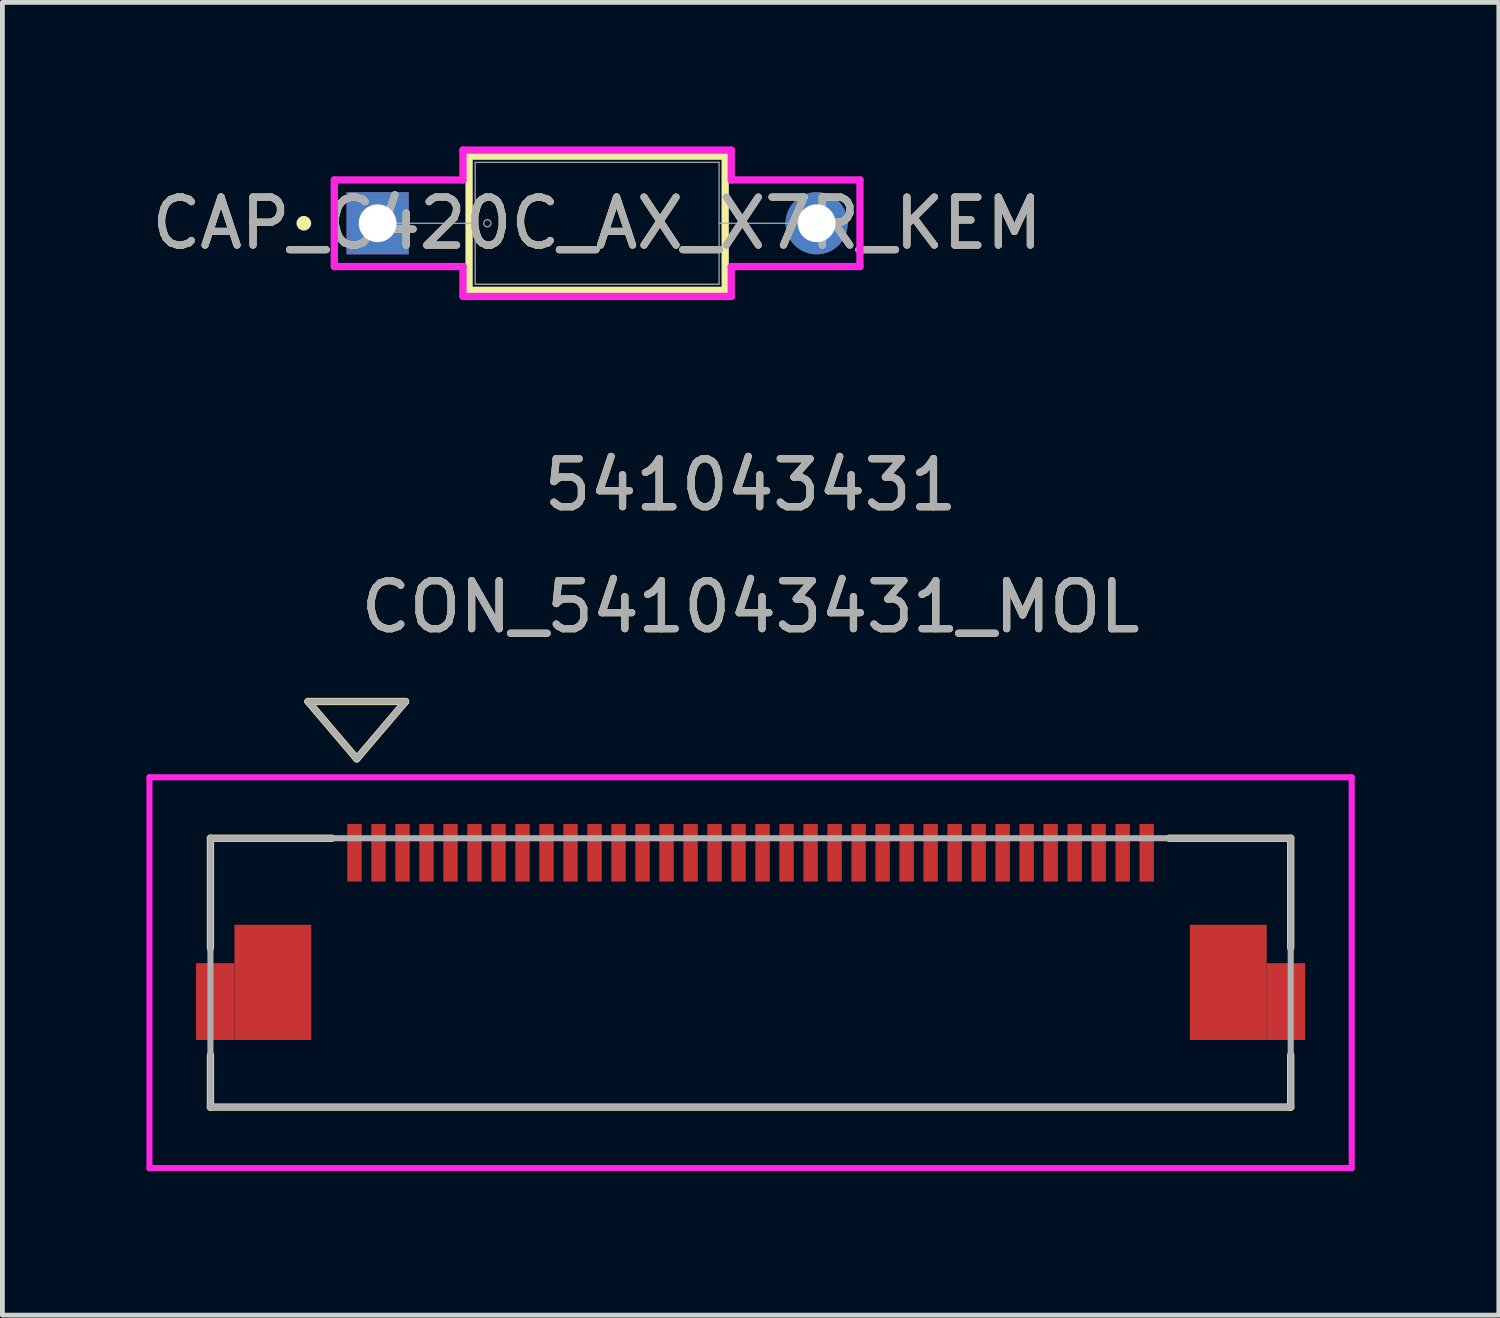
<source format=kicad_pcb>
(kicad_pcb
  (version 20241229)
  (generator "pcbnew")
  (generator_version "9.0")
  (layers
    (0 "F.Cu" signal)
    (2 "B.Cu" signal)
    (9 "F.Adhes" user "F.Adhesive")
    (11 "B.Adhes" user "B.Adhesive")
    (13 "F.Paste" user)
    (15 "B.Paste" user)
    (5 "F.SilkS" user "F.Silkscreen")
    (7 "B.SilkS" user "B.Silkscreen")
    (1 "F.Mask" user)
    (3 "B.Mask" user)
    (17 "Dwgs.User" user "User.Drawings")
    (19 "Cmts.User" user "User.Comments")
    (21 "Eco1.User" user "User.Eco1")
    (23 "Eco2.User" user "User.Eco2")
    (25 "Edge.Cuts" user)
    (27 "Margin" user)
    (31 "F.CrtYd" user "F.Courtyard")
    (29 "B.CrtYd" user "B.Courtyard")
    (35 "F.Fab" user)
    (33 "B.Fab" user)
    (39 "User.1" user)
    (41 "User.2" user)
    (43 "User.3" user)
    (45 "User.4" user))
  (footprint "CAP_C420C_AX_X7R_KEM"
    (layer "F.Cu")
    (at 4.815 1.6)
    (property "Reference" "CAP_C420C_AX_X7R_KEM" (at 4.572 0 0) (unlocked yes) (layer "F.SilkS") (effects (font (size 1 1) (thickness 0.15))))
    (attr through_hole)
    (fp_line (start 1.905 -1.397) (end 1.905 1.397) (stroke (width 0.152) (type solid)) (layer "F.SilkS"))
    (fp_line (start 1.905 1.397) (end 7.239 1.397) (stroke (width 0.152) (type solid)) (layer "F.SilkS"))
    (fp_line (start 7.239 -1.397) (end 1.905 -1.397) (stroke (width 0.152) (type solid)) (layer "F.SilkS"))
    (fp_line (start 7.239 1.397) (end 7.239 -1.397) (stroke (width 0.152) (type solid)) (layer "F.SilkS"))
    (fp_circle (center -1.537 0) (end -1.46 0) (stroke (width 0.152) (type solid)) (fill no) (layer "F.SilkS"))
    (fp_line (start -0.902 -0.902) (end 1.778 -0.902) (stroke (width 0.152) (type solid)) (layer "F.CrtYd"))
    (fp_line (start -0.902 0.902) (end -0.902 -0.902) (stroke (width 0.152) (type solid)) (layer "F.CrtYd"))
    (fp_line (start 1.778 -1.524) (end 7.366 -1.524) (stroke (width 0.152) (type solid)) (layer "F.CrtYd"))
    (fp_line (start 1.778 -0.902) (end 1.778 -1.524) (stroke (width 0.152) (type solid)) (layer "F.CrtYd"))
    (fp_line (start 1.778 0.902) (end -0.902 0.902) (stroke (width 0.152) (type solid)) (layer "F.CrtYd"))
    (fp_line (start 1.778 1.524) (end 1.778 0.902) (stroke (width 0.152) (type solid)) (layer "F.CrtYd"))
    (fp_line (start 1.778 1.524) (end 7.366 1.524) (stroke (width 0.152) (type solid)) (layer "F.CrtYd"))
    (fp_line (start 7.366 -1.524) (end 7.366 -0.902) (stroke (width 0.152) (type solid)) (layer "F.CrtYd"))
    (fp_line (start 7.366 -0.902) (end 10.046 -0.902) (stroke (width 0.152) (type solid)) (layer "F.CrtYd"))
    (fp_line (start 7.366 0.902) (end 7.366 1.524) (stroke (width 0.152) (type solid)) (layer "F.CrtYd"))
    (fp_line (start 10.046 -0.902) (end 10.046 0.902) (stroke (width 0.152) (type solid)) (layer "F.CrtYd"))
    (fp_line (start 10.046 0.902) (end 7.366 0.902) (stroke (width 0.152) (type solid)) (layer "F.CrtYd"))
    (fp_line (start 0 0) (end 2.032 0) (stroke (width 0.025) (type solid)) (layer "F.Fab"))
    (fp_line (start 2.032 -1.27) (end 2.032 1.27) (stroke (width 0.025) (type solid)) (layer "F.Fab"))
    (fp_line (start 2.032 1.27) (end 7.112 1.27) (stroke (width 0.025) (type solid)) (layer "F.Fab"))
    (fp_line (start 7.112 -1.27) (end 2.032 -1.27) (stroke (width 0.025) (type solid)) (layer "F.Fab"))
    (fp_line (start 7.112 1.27) (end 7.112 -1.27) (stroke (width 0.025) (type solid)) (layer "F.Fab"))
    (fp_line (start 9.144 0) (end 7.112 0) (stroke (width 0.025) (type solid)) (layer "F.Fab"))
    (fp_circle (center 2.286 0) (end 2.362 0) (stroke (width 0.025) (type solid)) (fill no) (layer "F.Fab"))
    (fp_text user "${REFERENCE}" (at 4.572 0 0) (unlocked yes) (layer "F.Fab") (effects (font (size 1 1) (thickness 0.15))))
    (pad "1" thru_hole rect (at 0 0) (size 1.295 1.295) (drill 0.787) (layers "*.Cu" "*.Mask"))
    (pad "2" thru_hole circle (at 9.144 0) (size 1.295 1.295) (drill 0.787) (layers "*.Cu" "*.Mask")))
  (footprint "CON_541043431_MOL"
    (layer "F.Cu")
    (at 12.583 17.209)
    (property "Reference" "CON_541043431_MOL" (at 0 -7.62 0) (unlocked yes) (layer "F.SilkS") (effects (font (size 1 1) (thickness 0.15))))
    (attr smd)
    (fp_poly (pts (xy -11.55 1.402) (xy -11.55 -0.198) (xy -10.75 -0.198) (xy -10.75 1.402)) (stroke (width 0) (type solid)) (fill yes) (layer "F.Cu"))
    (fp_poly (pts (xy 11.55 1.402) (xy 11.55 -0.198) (xy 10.75 -0.198) (xy 10.75 1.402)) (stroke (width 0) (type solid)) (fill yes) (layer "F.Cu"))
    (fp_poly (pts (xy -11.55 1.402) (xy -11.55 -0.198) (xy -10.75 -0.198) (xy -10.75 1.402)) (stroke (width 0) (type solid)) (fill yes) (layer "F.Mask"))
    (fp_poly (pts (xy 11.55 1.402) (xy 11.55 -0.198) (xy 10.75 -0.198) (xy 10.75 1.402)) (stroke (width 0) (type solid)) (fill yes) (layer "F.Mask"))
    (fp_line (start -11.25 -2.8) (end -11.25 -0.516) (stroke (width 0.152) (type solid)) (layer "F.SilkS"))
    (fp_line (start -11.25 1.719) (end -11.25 2.8) (stroke (width 0.152) (type solid)) (layer "F.SilkS"))
    (fp_line (start -11.25 2.8) (end 11.25 2.8) (stroke (width 0.152) (type solid)) (layer "F.SilkS"))
    (fp_line (start -9.218 -5.648) (end -8.202 -4.454) (stroke (width 0.152) (type solid)) (layer "F.SilkS"))
    (fp_line (start -9.218 -5.648) (end -7.186 -5.648) (stroke (width 0.152) (type solid)) (layer "F.SilkS"))
    (fp_line (start -8.717 -2.8) (end -11.25 -2.8) (stroke (width 0.152) (type solid)) (layer "F.SilkS"))
    (fp_line (start -7.186 -5.648) (end -8.202 -4.454) (stroke (width 0.152) (type solid)) (layer "F.SilkS"))
    (fp_line (start 11.25 -2.8) (end 8.718 -2.8) (stroke (width 0.152) (type solid)) (layer "F.SilkS"))
    (fp_line (start 11.25 -0.516) (end 11.25 -2.8) (stroke (width 0.152) (type solid)) (layer "F.SilkS"))
    (fp_line (start 11.25 2.8) (end 11.25 1.719) (stroke (width 0.152) (type solid)) (layer "F.SilkS"))
    (fp_poly (pts (xy -11.55 1.402) (xy -11.55 -0.198) (xy -10.75 -0.198) (xy -10.75 1.402)) (stroke (width 0) (type solid)) (fill yes) (layer "F.Paste"))
    (fp_poly (pts (xy 11.55 1.402) (xy 11.55 -0.198) (xy 10.75 -0.198) (xy 10.75 1.402)) (stroke (width 0) (type solid)) (fill yes) (layer "F.Paste"))
    (fp_line (start -12.52 -4.07) (end -12.52 4.07) (stroke (width 0.127) (type solid)) (layer "F.CrtYd"))
    (fp_line (start -12.52 4.07) (end 12.52 4.07) (stroke (width 0.127) (type solid)) (layer "F.CrtYd"))
    (fp_line (start 12.52 -4.07) (end -12.52 -4.07) (stroke (width 0.127) (type solid)) (layer "F.CrtYd"))
    (fp_line (start 12.52 4.07) (end 12.52 -4.07) (stroke (width 0.127) (type solid)) (layer "F.CrtYd"))
    (fp_line (start -11.25 -2.8) (end -11.25 2.8) (stroke (width 0.127) (type solid)) (layer "F.Fab"))
    (fp_line (start -11.25 2.8) (end 11.25 2.8) (stroke (width 0.127) (type solid)) (layer "F.Fab"))
    (fp_line (start -9.218 -5.648) (end -8.202 -4.454) (stroke (width 0.127) (type solid)) (layer "F.Fab"))
    (fp_line (start -9.218 -5.648) (end -7.186 -5.648) (stroke (width 0.127) (type solid)) (layer "F.Fab"))
    (fp_line (start -7.186 -5.648) (end -8.202 -4.454) (stroke (width 0.127) (type solid)) (layer "F.Fab"))
    (fp_line (start 11.25 -2.8) (end -11.25 -2.8) (stroke (width 0.127) (type solid)) (layer "F.Fab"))
    (fp_line (start 11.25 2.8) (end 11.25 -2.8) (stroke (width 0.127) (type solid)) (layer "F.Fab"))
    (fp_text user "541043431" (at 0 -10.16 0) (unlocked yes) (layer "F.SilkS") (effects (font (size 1 1) (thickness 0.15))))
    (fp_text user "541043431" (at 0 -10.16 0) (unlocked yes) (layer "F.Fab") (effects (font (size 1 1) (thickness 0.15))))
    (fp_text user "${REFERENCE}" (at 0 -7.62 0) (unlocked yes) (layer "F.Fab") (effects (font (size 1 1) (thickness 0.15))))
    (pad "1" smd rect (at -8.25 -2.498) (size 0.3 1.2) (layers "F.Cu" "F.Mask" "F.Paste"))
    (pad "2" smd rect (at -7.75 -2.498) (size 0.3 1.2) (layers "F.Cu" "F.Mask" "F.Paste"))
    (pad "3" smd rect (at -7.25 -2.498) (size 0.3 1.2) (layers "F.Cu" "F.Mask" "F.Paste"))
    (pad "4" smd rect (at -6.75 -2.498) (size 0.3 1.2) (layers "F.Cu" "F.Mask" "F.Paste"))
    (pad "5" smd rect (at -6.25 -2.498) (size 0.3 1.2) (layers "F.Cu" "F.Mask" "F.Paste"))
    (pad "6" smd rect (at -5.75 -2.498) (size 0.3 1.2) (layers "F.Cu" "F.Mask" "F.Paste"))
    (pad "7" smd rect (at -5.25 -2.498) (size 0.3 1.2) (layers "F.Cu" "F.Mask" "F.Paste"))
    (pad "8" smd rect (at -4.75 -2.498) (size 0.3 1.2) (layers "F.Cu" "F.Mask" "F.Paste"))
    (pad "9" smd rect (at -4.25 -2.498) (size 0.3 1.2) (layers "F.Cu" "F.Mask" "F.Paste"))
    (pad "10" smd rect (at -3.75 -2.498) (size 0.3 1.2) (layers "F.Cu" "F.Mask" "F.Paste"))
    (pad "11" smd rect (at -3.25 -2.498) (size 0.3 1.2) (layers "F.Cu" "F.Mask" "F.Paste"))
    (pad "12" smd rect (at -2.75 -2.498) (size 0.3 1.2) (layers "F.Cu" "F.Mask" "F.Paste"))
    (pad "13" smd rect (at -2.25 -2.498) (size 0.3 1.2) (layers "F.Cu" "F.Mask" "F.Paste"))
    (pad "14" smd rect (at -1.75 -2.498) (size 0.3 1.2) (layers "F.Cu" "F.Mask" "F.Paste"))
    (pad "15" smd rect (at -1.25 -2.498) (size 0.3 1.2) (layers "F.Cu" "F.Mask" "F.Paste"))
    (pad "16" smd rect (at -0.75 -2.498) (size 0.3 1.2) (layers "F.Cu" "F.Mask" "F.Paste"))
    (pad "17" smd rect (at -0.25 -2.498) (size 0.3 1.2) (layers "F.Cu" "F.Mask" "F.Paste"))
    (pad "18" smd rect (at 0.25 -2.498) (size 0.3 1.2) (layers "F.Cu" "F.Mask" "F.Paste"))
    (pad "19" smd rect (at 0.75 -2.498) (size 0.3 1.2) (layers "F.Cu" "F.Mask" "F.Paste"))
    (pad "20" smd rect (at 1.25 -2.498) (size 0.3 1.2) (layers "F.Cu" "F.Mask" "F.Paste"))
    (pad "21" smd rect (at 1.75 -2.498) (size 0.3 1.2) (layers "F.Cu" "F.Mask" "F.Paste"))
    (pad "22" smd rect (at 2.25 -2.498) (size 0.3 1.2) (layers "F.Cu" "F.Mask" "F.Paste"))
    (pad "23" smd rect (at 2.75 -2.498) (size 0.3 1.2) (layers "F.Cu" "F.Mask" "F.Paste"))
    (pad "24" smd rect (at 3.25 -2.498) (size 0.3 1.2) (layers "F.Cu" "F.Mask" "F.Paste"))
    (pad "25" smd rect (at 3.75 -2.498) (size 0.3 1.2) (layers "F.Cu" "F.Mask" "F.Paste"))
    (pad "26" smd rect (at 4.25 -2.498) (size 0.3 1.2) (layers "F.Cu" "F.Mask" "F.Paste"))
    (pad "27" smd rect (at 4.75 -2.498) (size 0.3 1.2) (layers "F.Cu" "F.Mask" "F.Paste"))
    (pad "28" smd rect (at 5.25 -2.498) (size 0.3 1.2) (layers "F.Cu" "F.Mask" "F.Paste"))
    (pad "29" smd rect (at 5.75 -2.498) (size 0.3 1.2) (layers "F.Cu" "F.Mask" "F.Paste"))
    (pad "30" smd rect (at 6.25 -2.498) (size 0.3 1.2) (layers "F.Cu" "F.Mask" "F.Paste"))
    (pad "31" smd rect (at 6.75 -2.498) (size 0.3 1.2) (layers "F.Cu" "F.Mask" "F.Paste"))
    (pad "32" smd rect (at 7.25 -2.498) (size 0.3 1.2) (layers "F.Cu" "F.Mask" "F.Paste"))
    (pad "33" smd rect (at 7.75 -2.498) (size 0.3 1.2) (layers "F.Cu" "F.Mask" "F.Paste"))
    (pad "34" smd rect (at 8.25 -2.498) (size 0.3 1.2) (layers "F.Cu" "F.Mask" "F.Paste"))
    (pad "P1" smd rect (at -9.95 0.202) (size 1.6 2.4) (layers "F.Cu" "F.Mask" "F.Paste"))
    (pad "P2" smd rect (at 9.95 0.202) (size 1.6 2.4) (layers "F.Cu" "F.Mask" "F.Paste")))
  (gr_rect
    (start -3 -3)
    (end 28.167 24.342)
    (stroke (width 0.1) (type default))
    (fill no)
    (layer "Edge.Cuts")))
</source>
